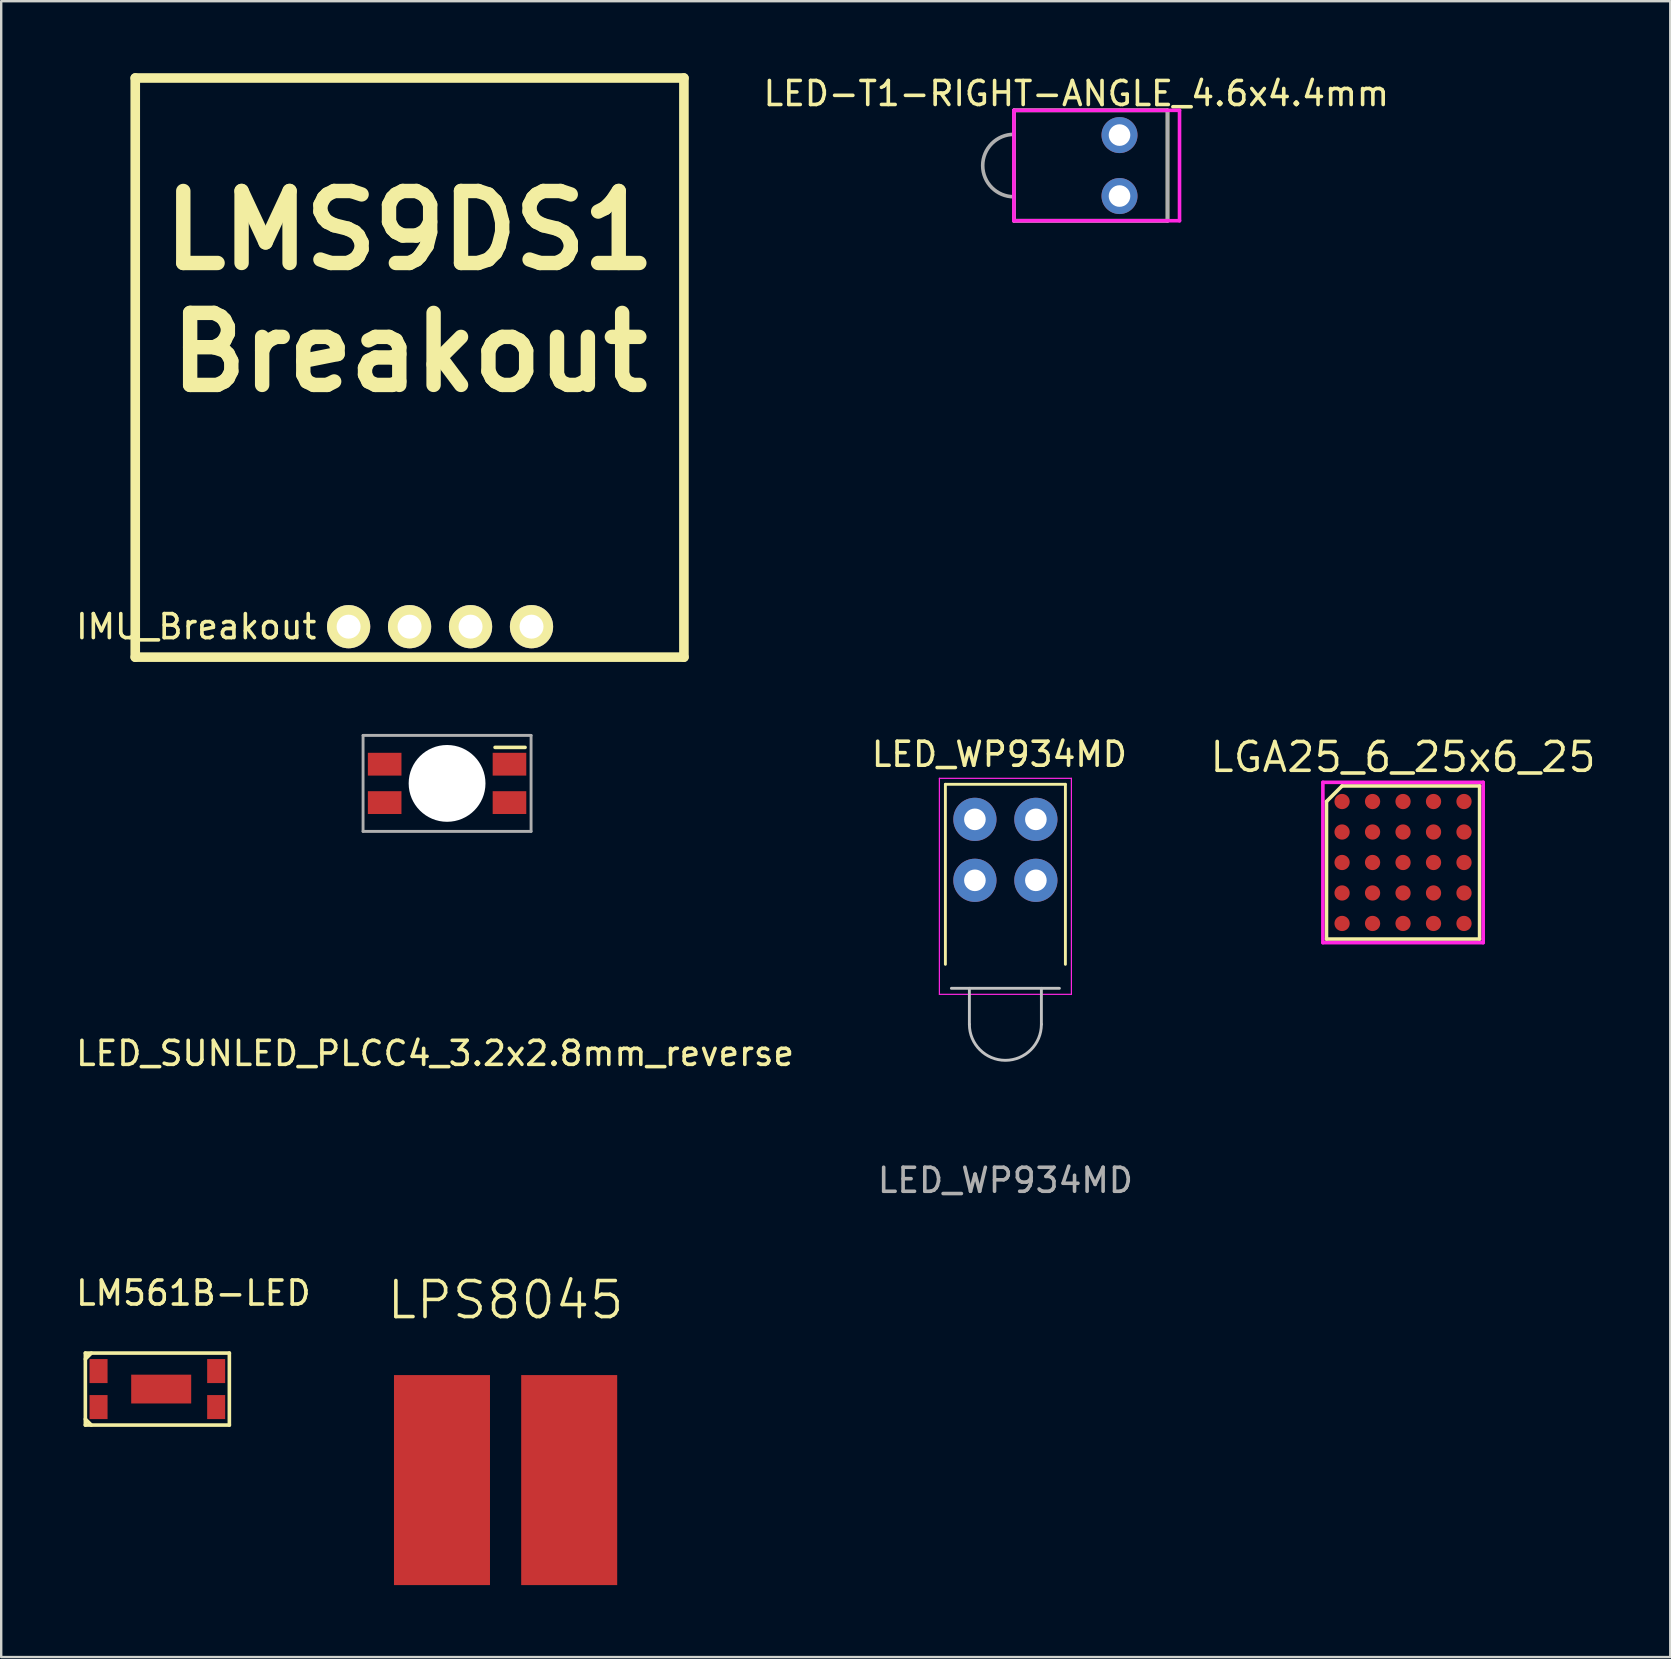
<source format=kicad_pcb>
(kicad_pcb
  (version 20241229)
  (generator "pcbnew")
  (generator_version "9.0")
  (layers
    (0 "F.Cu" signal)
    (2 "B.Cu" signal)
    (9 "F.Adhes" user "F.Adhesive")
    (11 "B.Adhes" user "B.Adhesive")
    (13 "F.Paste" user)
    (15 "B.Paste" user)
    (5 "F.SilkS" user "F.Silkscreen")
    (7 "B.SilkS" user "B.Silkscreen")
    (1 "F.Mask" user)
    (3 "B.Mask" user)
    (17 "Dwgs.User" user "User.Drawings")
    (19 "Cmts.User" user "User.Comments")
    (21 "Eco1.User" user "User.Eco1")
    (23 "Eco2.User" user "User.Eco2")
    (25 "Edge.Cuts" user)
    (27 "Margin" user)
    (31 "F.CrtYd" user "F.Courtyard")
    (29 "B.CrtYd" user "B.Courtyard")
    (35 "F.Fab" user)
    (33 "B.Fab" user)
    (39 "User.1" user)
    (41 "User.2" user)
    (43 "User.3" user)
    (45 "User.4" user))
  (footprint "LM561B-LED"
    (layer "F.Cu")
    (at 3.506 54.825)
    (property "Reference" "LM561B-LED" (at 1.5 -4 0) (layer "F.SilkS") (effects (font (size 1 1) (thickness 0.15))))
    (attr through_hole)
    (fp_line (start -3 -1.5) (end 3 -1.5) (stroke (width 0.15) (type solid)) (layer "F.SilkS"))
    (fp_line (start -3 1.25) (end -2.75 1.5) (stroke (width 0.15) (type solid)) (layer "F.SilkS"))
    (fp_line (start -3 1.5) (end -3 -1.5) (stroke (width 0.15) (type solid)) (layer "F.SilkS"))
    (fp_line (start -2.75 -1.5) (end -3 -1.25) (stroke (width 0.15) (type solid)) (layer "F.SilkS"))
    (fp_line (start 3 -1.5) (end 3 1.5) (stroke (width 0.15) (type solid)) (layer "F.SilkS"))
    (fp_line (start 3 1.5) (end -3 1.5) (stroke (width 0.15) (type solid)) (layer "F.SilkS"))
    (pad "1" smd rect (at 0.16 0) (size 2.5 1.2) (layers "F.Cu" "F.Mask" "F.Paste"))
    (pad "1" smd rect (at 2.45 -0.75) (size 0.75 1) (layers "F.Cu" "F.Mask" "F.Paste"))
    (pad "1" smd rect (at 2.45 0.75) (size 0.75 1) (layers "F.Cu" "F.Mask" "F.Paste"))
    (pad "2" smd rect (at -2.45 -0.75) (size 0.75 1) (layers "F.Cu" "F.Mask" "F.Paste"))
    (pad "2" smd rect (at -2.45 0.75) (size 0.75 1) (layers "F.Cu" "F.Mask" "F.Paste")))
  (footprint "LED_SUNLED_PLCC4_3.2x2.8mm_reverse"
    (layer "F.Cu")
    (at 15.577 29.59)
    (property "Reference" "LED_SUNLED_PLCC4_3.2x2.8mm_reverse" (at -0.5 11.25 0) (layer "F.SilkS") (effects (font (size 1 1) (thickness 0.15))))
    (attr through_hole)
    (fp_line (start 2 -1.5) (end 3.25 -1.5) (stroke (width 0.15) (type solid)) (layer "F.SilkS"))
    (fp_line (start -3.5 -2) (end 3.5 -2) (stroke (width 0.12) (type solid)) (layer "F.Fab"))
    (fp_line (start -3.5 2) (end -3.5 -2) (stroke (width 0.12) (type solid)) (layer "F.Fab"))
    (fp_line (start 3.5 -2) (end 3.5 2) (stroke (width 0.12) (type solid)) (layer "F.Fab"))
    (fp_line (start 3.5 2) (end -3.5 2) (stroke (width 0.12) (type solid)) (layer "F.Fab"))
    (pad "" np_thru_hole circle (at 0 0) (size 3.2 3.2) (drill 3.2) (layers "*.Cu" "*.Mask"))
    (pad "1" smd rect (at 2.6 -0.8) (size 1.4 0.95) (layers "F.Cu" "F.Mask" "F.Paste"))
    (pad "2" smd rect (at -2.6 -0.8) (size 1.4 0.95) (layers "F.Cu" "F.Mask" "F.Paste"))
    (pad "3" smd rect (at -2.6 0.8) (size 1.4 0.95) (layers "F.Cu" "F.Mask" "F.Paste"))
    (pad "4" smd rect (at 2.6 0.8) (size 1.4 0.95) (layers "F.Cu" "F.Mask" "F.Paste")))
  (footprint "LGA25_6_25x6_25"
    (layer "F.Cu")
    (at 55.407 32.885)
    (property "Reference" "LGA25_6_25x6_25" (at 0 -4.39 0) (layer "F.SilkS") (effects (font (size 1.2 1.2) (thickness 0.15))))
    (attr through_hole)
    (fp_line (start -3.19 -2.54) (end -3.19 3.19) (stroke (width 0.15) (type solid)) (layer "F.SilkS"))
    (fp_line (start -3.19 3.19) (end 3.19 3.19) (stroke (width 0.15) (type solid)) (layer "F.SilkS"))
    (fp_line (start -2.54 -3.19) (end -3.19 -2.54) (stroke (width 0.15) (type solid)) (layer "F.SilkS"))
    (fp_line (start 3.19 -3.19) (end -2.54 -3.19) (stroke (width 0.15) (type solid)) (layer "F.SilkS"))
    (fp_line (start 3.19 3.19) (end 3.19 -3.19) (stroke (width 0.15) (type solid)) (layer "F.SilkS"))
    (fp_line (start -3.34 -3.34) (end 3.34 -3.34) (stroke (width 0.15) (type solid)) (layer "F.CrtYd"))
    (fp_line (start -3.34 3.34) (end -3.34 -3.34) (stroke (width 0.15) (type solid)) (layer "F.CrtYd"))
    (fp_line (start 3.34 -3.34) (end 3.34 3.34) (stroke (width 0.15) (type solid)) (layer "F.CrtYd"))
    (fp_line (start 3.34 3.34) (end -3.34 3.34) (stroke (width 0.15) (type solid)) (layer "F.CrtYd"))
    (pad "A1" smd circle (at -2.54 -2.54) (size 0.635 0.635) (layers "F.Cu" "F.Mask" "F.Paste"))
    (pad "A2" smd circle (at -1.27 -2.54) (size 0.635 0.635) (layers "F.Cu" "F.Mask" "F.Paste"))
    (pad "A3" smd circle (at 0 -2.54) (size 0.635 0.635) (layers "F.Cu" "F.Mask" "F.Paste"))
    (pad "A4" smd circle (at 1.27 -2.54) (size 0.635 0.635) (layers "F.Cu" "F.Mask" "F.Paste"))
    (pad "A5" smd circle (at 2.54 -2.54) (size 0.635 0.635) (layers "F.Cu" "F.Mask" "F.Paste"))
    (pad "B1" smd circle (at -2.54 -1.27) (size 0.635 0.635) (layers "F.Cu" "F.Mask" "F.Paste"))
    (pad "B2" smd circle (at -1.27 -1.27) (size 0.635 0.635) (layers "F.Cu" "F.Mask" "F.Paste"))
    (pad "B3" smd circle (at 0 -1.27) (size 0.635 0.635) (layers "F.Cu" "F.Mask" "F.Paste"))
    (pad "B4" smd circle (at 1.27 -1.27) (size 0.635 0.635) (layers "F.Cu" "F.Mask" "F.Paste"))
    (pad "B5" smd circle (at 2.54 -1.27) (size 0.635 0.635) (layers "F.Cu" "F.Mask" "F.Paste"))
    (pad "C1" smd circle (at -2.54 0) (size 0.635 0.635) (layers "F.Cu" "F.Mask" "F.Paste"))
    (pad "C2" smd circle (at -1.27 0) (size 0.635 0.635) (layers "F.Cu" "F.Mask" "F.Paste"))
    (pad "C3" smd circle (at 0 0) (size 0.635 0.635) (layers "F.Cu" "F.Mask" "F.Paste"))
    (pad "C4" smd circle (at 1.27 0) (size 0.635 0.635) (layers "F.Cu" "F.Mask" "F.Paste"))
    (pad "C5" smd circle (at 2.54 0) (size 0.635 0.635) (layers "F.Cu" "F.Mask" "F.Paste"))
    (pad "D1" smd circle (at -2.54 1.27) (size 0.635 0.635) (layers "F.Cu" "F.Mask" "F.Paste"))
    (pad "D2" smd circle (at -1.27 1.27) (size 0.635 0.635) (layers "F.Cu" "F.Mask" "F.Paste"))
    (pad "D3" smd circle (at 0 1.27) (size 0.635 0.635) (layers "F.Cu" "F.Mask" "F.Paste"))
    (pad "D4" smd circle (at 1.27 1.27) (size 0.635 0.635) (layers "F.Cu" "F.Mask" "F.Paste"))
    (pad "D5" smd circle (at 2.54 1.27) (size 0.635 0.635) (layers "F.Cu" "F.Mask" "F.Paste"))
    (pad "E1" smd circle (at -2.54 2.54) (size 0.635 0.635) (layers "F.Cu" "F.Mask" "F.Paste"))
    (pad "E2" smd circle (at -1.27 2.54) (size 0.635 0.635) (layers "F.Cu" "F.Mask" "F.Paste"))
    (pad "E3" smd circle (at 0 2.54) (size 0.635 0.635) (layers "F.Cu" "F.Mask" "F.Paste"))
    (pad "E4" smd circle (at 1.27 2.54) (size 0.635 0.635) (layers "F.Cu" "F.Mask" "F.Paste"))
    (pad "E5" smd circle (at 2.54 2.54) (size 0.635 0.635) (layers "F.Cu" "F.Mask" "F.Paste")))
  (footprint "IMU_Breakout"
    (layer "F.Cu")
    (at 15.285 23.06)
    (property "Reference" "IMU_Breakout" (at -10.16 0 0) (layer "F.SilkS") (effects (font (size 1 1) (thickness 0.15))))
    (attr through_hole)
    (fp_line (start -12.7 -22.86) (end -12.7 1.27) (stroke (width 0.4) (type solid)) (layer "F.SilkS"))
    (fp_line (start -12.7 1.27) (end 10.16 1.27) (stroke (width 0.4) (type solid)) (layer "F.SilkS"))
    (fp_line (start 10.16 -22.86) (end -12.7 -22.86) (stroke (width 0.4) (type solid)) (layer "F.SilkS"))
    (fp_line (start 10.16 1.27) (end 10.16 -22.86) (stroke (width 0.4) (type solid)) (layer "F.SilkS"))
    (fp_text user "LMS9DS1" (at -1.27 -16.51 0) (layer "F.SilkS") (effects (font (size 3 3) (thickness 0.6))))
    (fp_text user "Breakout" (at -1.27 -11.43 0) (layer "F.SilkS") (effects (font (size 3 3) (thickness 0.6))))
    (pad "1" thru_hole circle (at -3.81 0) (size 1.8 1.8) (drill 1) (layers "*.Cu" "*.Mask" "F.SilkS"))
    (pad "2" thru_hole circle (at -1.27 0) (size 1.8 1.8) (drill 1) (layers "*.Cu" "*.Mask" "F.SilkS"))
    (pad "3" thru_hole circle (at 1.27 0) (size 1.8 1.8) (drill 1) (layers "*.Cu" "*.Mask" "F.SilkS"))
    (pad "4" thru_hole circle (at 3.81 0) (size 1.8 1.8) (drill 1) (layers "*.Cu" "*.Mask" "F.SilkS")))
  (footprint "LED-T1-RIGHT-ANGLE_4.6x4.4mm"
    (layer "F.Cu")
    (at 43.594 3.848)
    (property "Reference" "LED-T1-RIGHT-ANGLE_4.6x4.4mm" (at -1.8 -3 0) (layer "F.SilkS") (effects (font (size 1 1) (thickness 0.15))))
    (attr through_hole)
    (fp_line (start -4.4 -2.3) (end -4.4 2.3) (stroke (width 0.15) (type solid)) (layer "F.SilkS"))
    (fp_line (start -4.4 2.3) (end 2 2.3) (stroke (width 0.15) (type solid)) (layer "F.SilkS"))
    (fp_line (start 2 -2.3) (end -4.4 -2.3) (stroke (width 0.15) (type solid)) (layer "F.SilkS"))
    (fp_line (start 2 2.3) (end 2 -2.3) (stroke (width 0.15) (type solid)) (layer "F.SilkS"))
    (fp_line (start -4.4 -2.3) (end 2.5 -2.3) (stroke (width 0.15) (type solid)) (layer "F.CrtYd"))
    (fp_line (start -4.4 2.3) (end -4.4 -2.3) (stroke (width 0.15) (type solid)) (layer "F.CrtYd"))
    (fp_line (start 2.5 -2.3) (end 2.5 2.3) (stroke (width 0.15) (type solid)) (layer "F.CrtYd"))
    (fp_line (start 2.5 2.3) (end -4.4 2.3) (stroke (width 0.15) (type solid)) (layer "F.CrtYd"))
    (fp_line (start -4.4 -2.3) (end 2 -2.3) (stroke (width 0.15) (type solid)) (layer "F.Fab"))
    (fp_line (start -4.4 2.3) (end -4.4 -2.3) (stroke (width 0.15) (type solid)) (layer "F.Fab"))
    (fp_line (start 2 -2.3) (end 2 2.3) (stroke (width 0.15) (type solid)) (layer "F.Fab"))
    (fp_line (start 2 2.3) (end -4.4 2.3) (stroke (width 0.15) (type solid)) (layer "F.Fab"))
    (fp_arc (start -4.4 1.3) (mid -5.7 0) (end -4.4 -1.3) (stroke (width 0.15) (type solid)) (layer "F.Fab"))
    (pad "1" thru_hole circle (at 0 1.27) (size 1.5 1.5) (drill 0.9) (layers "*.Cu" "*.Mask"))
    (pad "2" thru_hole circle (at 0 -1.27) (size 1.5 1.5) (drill 0.9) (layers "*.Cu" "*.Mask")))
  (footprint "LED_WP934MD"
    (layer "F.Cu")
    (at 38.839 33.628)
    (property "Reference" "LED_WP934MD" (at -0.25 -5.25 0) (unlocked yes) (layer "F.SilkS") (effects (font (size 1 1) (thickness 0.15))))
    (attr through_hole)
    (fp_line (start -2.5 -4) (end -2.5 3.5) (stroke (width 0.12) (type solid)) (layer "F.SilkS"))
    (fp_line (start 2.5 -4) (end -2.5 -4) (stroke (width 0.12) (type solid)) (layer "F.SilkS"))
    (fp_line (start 2.5 3.5) (end 2.5 -4) (stroke (width 0.12) (type solid)) (layer "F.SilkS"))
    (fp_line (start -2.25 4.5) (end 2.25 4.5) (stroke (width 0.12) (type solid)) (layer "Dwgs.User"))
    (fp_line (start -1.5 6) (end -1.5 4.5) (stroke (width 0.12) (type solid)) (layer "Dwgs.User"))
    (fp_line (start 1.5 6) (end 1.5 4.5) (stroke (width 0.12) (type solid)) (layer "Dwgs.User"))
    (fp_arc (start 1.5 6) (mid 0 7.5) (end -1.5 6) (stroke (width 0.12) (type solid)) (layer "Dwgs.User"))
    (fp_line (start -2.75 -4.25) (end 2.75 -4.25) (stroke (width 0.05) (type solid)) (layer "F.CrtYd"))
    (fp_line (start -2.75 4.75) (end -2.75 -4.25) (stroke (width 0.05) (type solid)) (layer "F.CrtYd"))
    (fp_line (start 2.75 -4.25) (end 2.75 4.75) (stroke (width 0.05) (type solid)) (layer "F.CrtYd"))
    (fp_line (start 2.75 4.75) (end -2.75 4.75) (stroke (width 0.05) (type solid)) (layer "F.CrtYd"))
    (fp_text user "${REFERENCE}" (at 0 12.5 0) (unlocked yes) (layer "F.Fab") (effects (font (size 1 1) (thickness 0.15))))
    (pad "1" thru_hole circle (at 1.27 -2.54) (size 1.8 1.8) (drill 0.9) (layers "*.Cu" "*.Mask"))
    (pad "2" thru_hole circle (at -1.27 -2.54) (size 1.8 1.8) (drill 0.9) (layers "*.Cu" "*.Mask"))
    (pad "3" thru_hole circle (at 1.27 0) (size 1.8 1.8) (drill 0.9) (layers "*.Cu" "*.Mask"))
    (pad "4" thru_hole circle (at -1.27 0) (size 1.8 1.8) (drill 0.9) (layers "*.Cu" "*.Mask")))
  (footprint "LPS8045"
    (layer "F.Cu")
    (at 18.015 58.617)
    (property "Reference" "LPS8045" (at 0 -7.5 0) (layer "F.SilkS") (effects (font (size 1.5 1.5) (thickness 0.15))))
    (attr through_hole)
    (pad "1" smd rect (at -2.65 0) (size 4 8.75) (layers "F.Cu" "F.Mask" "F.Paste"))
    (pad "2" smd rect (at 2.65 0) (size 4 8.75) (layers "F.Cu" "F.Mask" "F.Paste")))
  (gr_rect
    (start -3 -3)
    (end 66.541 65.992)
    (stroke (width 0.1) (type default))
    (fill no)
    (layer "Edge.Cuts")))
</source>
